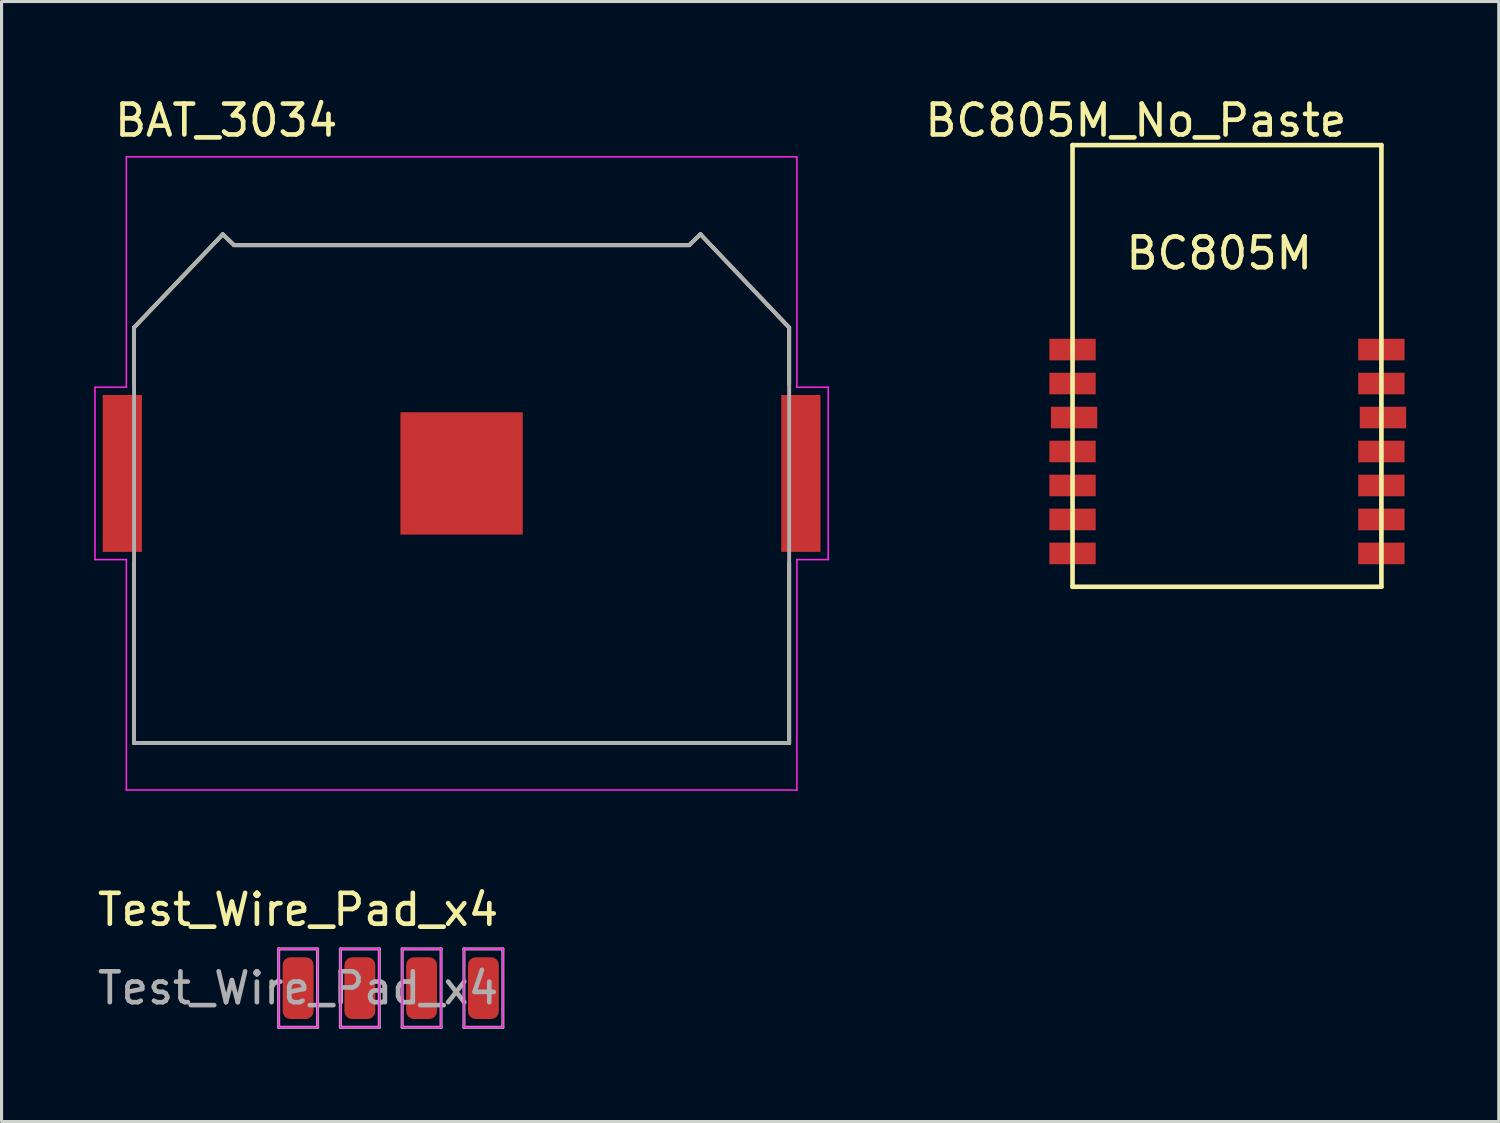
<source format=kicad_pcb>
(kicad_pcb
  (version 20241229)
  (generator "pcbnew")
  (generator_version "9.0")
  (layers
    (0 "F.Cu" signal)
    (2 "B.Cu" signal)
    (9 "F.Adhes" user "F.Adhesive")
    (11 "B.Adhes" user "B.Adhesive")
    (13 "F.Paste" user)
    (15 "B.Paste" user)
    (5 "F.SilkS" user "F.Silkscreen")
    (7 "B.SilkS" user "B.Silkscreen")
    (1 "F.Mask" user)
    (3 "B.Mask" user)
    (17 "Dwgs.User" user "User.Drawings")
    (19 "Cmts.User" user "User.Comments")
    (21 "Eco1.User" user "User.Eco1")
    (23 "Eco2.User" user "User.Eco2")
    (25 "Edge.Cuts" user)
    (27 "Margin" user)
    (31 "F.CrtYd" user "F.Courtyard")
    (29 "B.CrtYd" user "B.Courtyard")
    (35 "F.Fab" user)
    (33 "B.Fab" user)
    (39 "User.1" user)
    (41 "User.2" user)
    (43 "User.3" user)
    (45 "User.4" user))
  (footprint "BC805M_No_Paste"
    (layer "F.Cu")
    (at 31.675 15.948)
    (property "Reference" "BC805M_No_Paste" (at 2.05 -15.1 0) (layer "F.SilkS") (effects (font (size 1 1) (thickness 0.15))))
    (attr through_hole)
    (fp_line (start 0 -14.3) (end 10 -14.3) (stroke (width 0.15) (type solid)) (layer "F.SilkS"))
    (fp_line (start 0 0) (end 0 -14.3) (stroke (width 0.15) (type solid)) (layer "F.SilkS"))
    (fp_line (start 10 -14.3) (end 10 0) (stroke (width 0.15) (type solid)) (layer "F.SilkS"))
    (fp_line (start 10 0) (end 0 0) (stroke (width 0.15) (type solid)) (layer "F.SilkS"))
    (fp_text user "BC805M" (at 4.75 -10.8 0) (layer "F.SilkS") (effects (font (size 1 1) (thickness 0.15))))
    (pad "1" smd rect (at 0 -7.68) (size 1.5 0.7) (layers "F.Cu" "F.Mask" "F.Paste"))
    (pad "2" smd rect (at 0 -6.58) (size 1.5 0.7) (layers "F.Cu" "F.Mask" "F.Paste"))
    (pad "3" smd rect (at 0.05 -5.48) (size 1.5 0.7) (layers "F.Cu" "F.Mask" "F.Paste"))
    (pad "4" smd rect (at 0 -4.38) (size 1.5 0.7) (layers "F.Cu" "F.Mask" "F.Paste"))
    (pad "5" smd rect (at 0 -3.28) (size 1.5 0.7) (layers "F.Cu" "F.Mask" "F.Paste"))
    (pad "6" smd rect (at 0 -2.18) (size 1.5 0.7) (layers "F.Cu" "F.Mask" "F.Paste"))
    (pad "7" smd rect (at 0 -1.08) (size 1.5 0.7) (layers "F.Cu" "F.Mask" "F.Paste"))
    (pad "8" smd rect (at 10 -1.08) (size 1.5 0.7) (layers "F.Cu" "F.Mask" "F.Paste"))
    (pad "9" smd rect (at 10 -2.18) (size 1.5 0.7) (layers "F.Cu" "F.Mask" "F.Paste"))
    (pad "10" smd rect (at 10 -3.28) (size 1.5 0.7) (layers "F.Cu" "F.Mask" "F.Paste"))
    (pad "11" smd rect (at 10 -4.38) (size 1.5 0.7) (layers "F.Cu" "F.Mask" "F.Paste"))
    (pad "12" smd rect (at 10.05 -5.48) (size 1.5 0.7) (layers "F.Cu" "F.Mask" "F.Paste"))
    (pad "13" smd rect (at 10 -6.58) (size 1.5 0.7) (layers "F.Cu" "F.Mask" "F.Paste"))
    (pad "14" smd rect (at 10 -7.68) (size 1.5 0.7) (layers "F.Cu" "F.Mask" "F.Paste")))
  (footprint "BAT_3034"
    (layer "F.Cu")
    (at 11.895 12.278)
    (property "Reference" "BAT_3034" (at -7.62 -11.43 0) (layer "F.SilkS") (effects (font (size 1 1) (thickness 0.15))))
    (attr smd)
    (fp_line (start -10.605 -4.723) (end -10.605 -2.9) (stroke (width 0.127) (type solid)) (layer "F.SilkS"))
    (fp_line (start -10.605 8.729) (end -10.605 2.9) (stroke (width 0.127) (type solid)) (layer "F.SilkS"))
    (fp_line (start -10.605 8.729) (end 10.605 8.729) (stroke (width 0.127) (type solid)) (layer "F.SilkS"))
    (fp_line (start -7.734 -7.741) (end -10.605 -4.723) (stroke (width 0.127) (type solid)) (layer "F.SilkS"))
    (fp_line (start -7.734 -7.741) (end -7.366 -7.391) (stroke (width 0.127) (type solid)) (layer "F.SilkS"))
    (fp_line (start -7.366 -7.391) (end 7.366 -7.391) (stroke (width 0.127) (type solid)) (layer "F.SilkS"))
    (fp_line (start 7.366 -7.391) (end 7.734 -7.741) (stroke (width 0.127) (type solid)) (layer "F.SilkS"))
    (fp_line (start 7.734 -7.741) (end 10.605 -4.723) (stroke (width 0.127) (type solid)) (layer "F.SilkS"))
    (fp_line (start 10.605 -4.723) (end 10.605 -2.9) (stroke (width 0.127) (type solid)) (layer "F.SilkS"))
    (fp_line (start 10.605 8.729) (end 10.605 2.9) (stroke (width 0.127) (type solid)) (layer "F.SilkS"))
    (fp_line (start -11.87 -2.79) (end -11.87 2.79) (stroke (width 0.05) (type solid)) (layer "F.CrtYd"))
    (fp_line (start -11.87 2.79) (end -10.855 2.79) (stroke (width 0.05) (type solid)) (layer "F.CrtYd"))
    (fp_line (start -10.855 -10.25) (end -10.855 -2.79) (stroke (width 0.05) (type solid)) (layer "F.CrtYd"))
    (fp_line (start -10.855 -2.79) (end -11.87 -2.79) (stroke (width 0.05) (type solid)) (layer "F.CrtYd"))
    (fp_line (start -10.855 2.79) (end -10.855 10.25) (stroke (width 0.05) (type solid)) (layer "F.CrtYd"))
    (fp_line (start -10.855 10.25) (end 10.855 10.25) (stroke (width 0.05) (type solid)) (layer "F.CrtYd"))
    (fp_line (start 10.855 -10.25) (end -10.855 -10.25) (stroke (width 0.05) (type solid)) (layer "F.CrtYd"))
    (fp_line (start 10.855 -2.79) (end 10.855 -10.25) (stroke (width 0.05) (type solid)) (layer "F.CrtYd"))
    (fp_line (start 10.855 -2.79) (end 11.87 -2.79) (stroke (width 0.05) (type solid)) (layer "F.CrtYd"))
    (fp_line (start 10.855 10.25) (end 10.855 2.79) (stroke (width 0.05) (type solid)) (layer "F.CrtYd"))
    (fp_line (start 11.87 -2.79) (end 11.87 2.79) (stroke (width 0.05) (type solid)) (layer "F.CrtYd"))
    (fp_line (start 11.87 2.79) (end 10.855 2.79) (stroke (width 0.05) (type solid)) (layer "F.CrtYd"))
    (fp_line (start -10.605 -4.723) (end -10.605 8.729) (stroke (width 0.127) (type solid)) (layer "F.Fab"))
    (fp_line (start -10.605 8.729) (end 10.605 8.729) (stroke (width 0.127) (type solid)) (layer "F.Fab"))
    (fp_line (start -7.734 -7.741) (end -10.605 -4.723) (stroke (width 0.127) (type solid)) (layer "F.Fab"))
    (fp_line (start -7.734 -7.741) (end -7.366 -7.391) (stroke (width 0.127) (type solid)) (layer "F.Fab"))
    (fp_line (start -7.366 -7.391) (end 7.366 -7.391) (stroke (width 0.127) (type solid)) (layer "F.Fab"))
    (fp_line (start 7.366 -7.391) (end 7.734 -7.741) (stroke (width 0.127) (type solid)) (layer "F.Fab"))
    (fp_line (start 7.734 -7.741) (end 10.605 -4.723) (stroke (width 0.127) (type solid)) (layer "F.Fab"))
    (fp_line (start 10.605 -4.723) (end 10.605 8.729) (stroke (width 0.127) (type solid)) (layer "F.Fab"))
    (pad "N" smd rect (at 0 0) (size 3.96 3.96) (layers "F.Cu" "F.Mask"))
    (pad "P1" smd rect (at -10.985 0) (size 1.27 5.08) (layers "F.Cu" "F.Mask" "F.Paste"))
    (pad "P2" smd rect (at 10.985 0) (size 1.27 5.08) (layers "F.Cu" "F.Mask" "F.Paste")))
  (footprint "Test_Wire_Pad_x4"
    (layer "F.Cu")
    (at 6.601 28.942)
    (property "Reference" "Test_Wire_Pad_x4" (at 0 -2.54 0) (layer "F.SilkS") (effects (font (size 1 1) (thickness 0.15))))
    (attr exclude_from_pos_files exclude_from_bom)
    (fp_line (start -0.63 -1.27) (end -0.63 1.27) (stroke (width 0.05) (type solid)) (layer "F.CrtYd"))
    (fp_line (start -0.63 1.27) (end 0.63 1.27) (stroke (width 0.05) (type solid)) (layer "F.CrtYd"))
    (fp_line (start 0.63 -1.27) (end -0.63 -1.27) (stroke (width 0.05) (type solid)) (layer "F.CrtYd"))
    (fp_line (start 0.63 1.27) (end 0.63 -1.27) (stroke (width 0.05) (type solid)) (layer "F.CrtYd"))
    (fp_line (start 1.37 -1.27) (end 1.37 1.27) (stroke (width 0.05) (type solid)) (layer "F.CrtYd"))
    (fp_line (start 1.37 1.27) (end 2.63 1.27) (stroke (width 0.05) (type solid)) (layer "F.CrtYd"))
    (fp_line (start 2.63 -1.27) (end 1.37 -1.27) (stroke (width 0.05) (type solid)) (layer "F.CrtYd"))
    (fp_line (start 2.63 1.27) (end 2.63 -1.27) (stroke (width 0.05) (type solid)) (layer "F.CrtYd"))
    (fp_line (start 3.37 -1.27) (end 3.37 1.27) (stroke (width 0.05) (type solid)) (layer "F.CrtYd"))
    (fp_line (start 3.37 1.27) (end 4.63 1.27) (stroke (width 0.05) (type solid)) (layer "F.CrtYd"))
    (fp_line (start 4.63 -1.27) (end 3.37 -1.27) (stroke (width 0.05) (type solid)) (layer "F.CrtYd"))
    (fp_line (start 4.63 1.27) (end 4.63 -1.27) (stroke (width 0.05) (type solid)) (layer "F.CrtYd"))
    (fp_line (start 5.37 -1.27) (end 5.37 1.27) (stroke (width 0.05) (type solid)) (layer "F.CrtYd"))
    (fp_line (start 5.37 1.27) (end 6.63 1.27) (stroke (width 0.05) (type solid)) (layer "F.CrtYd"))
    (fp_line (start 6.63 -1.27) (end 5.37 -1.27) (stroke (width 0.05) (type solid)) (layer "F.CrtYd"))
    (fp_line (start 6.63 1.27) (end 6.63 -1.27) (stroke (width 0.05) (type solid)) (layer "F.CrtYd"))
    (fp_line (start -0.63 -1.27) (end 0.63 -1.27) (stroke (width 0.1) (type solid)) (layer "F.Fab"))
    (fp_line (start -0.63 1.27) (end -0.63 -1.27) (stroke (width 0.1) (type solid)) (layer "F.Fab"))
    (fp_line (start 0.63 -1.27) (end 0.63 1.27) (stroke (width 0.1) (type solid)) (layer "F.Fab"))
    (fp_line (start 0.63 1.27) (end -0.63 1.27) (stroke (width 0.1) (type solid)) (layer "F.Fab"))
    (fp_line (start 1.37 -1.27) (end 2.63 -1.27) (stroke (width 0.1) (type solid)) (layer "F.Fab"))
    (fp_line (start 1.37 1.27) (end 1.37 -1.27) (stroke (width 0.1) (type solid)) (layer "F.Fab"))
    (fp_line (start 2.63 -1.27) (end 2.63 1.27) (stroke (width 0.1) (type solid)) (layer "F.Fab"))
    (fp_line (start 2.63 1.27) (end 1.37 1.27) (stroke (width 0.1) (type solid)) (layer "F.Fab"))
    (fp_line (start 3.37 -1.27) (end 4.63 -1.27) (stroke (width 0.1) (type solid)) (layer "F.Fab"))
    (fp_line (start 3.37 1.27) (end 3.37 -1.27) (stroke (width 0.1) (type solid)) (layer "F.Fab"))
    (fp_line (start 4.63 -1.27) (end 4.63 1.27) (stroke (width 0.1) (type solid)) (layer "F.Fab"))
    (fp_line (start 4.63 1.27) (end 3.37 1.27) (stroke (width 0.1) (type solid)) (layer "F.Fab"))
    (fp_line (start 5.37 -1.27) (end 6.63 -1.27) (stroke (width 0.1) (type solid)) (layer "F.Fab"))
    (fp_line (start 5.37 1.27) (end 5.37 -1.27) (stroke (width 0.1) (type solid)) (layer "F.Fab"))
    (fp_line (start 6.63 -1.27) (end 6.63 1.27) (stroke (width 0.1) (type solid)) (layer "F.Fab"))
    (fp_line (start 6.63 1.27) (end 5.37 1.27) (stroke (width 0.1) (type solid)) (layer "F.Fab"))
    (fp_text user "${REFERENCE}" (at 0 0 0) (layer "F.Fab") (effects (font (size 1 1) (thickness 0.15))))
    (pad "1" smd roundrect (at 0 0) (size 1 2) (layers "F.Cu" "F.Mask" "F.Paste") (roundrect_rratio 0.25))
    (pad "2" smd roundrect (at 2 0) (size 1 2) (layers "F.Cu" "F.Mask" "F.Paste") (roundrect_rratio 0.25))
    (pad "3" smd roundrect (at 4 0) (size 1 2) (layers "F.Cu" "F.Mask" "F.Paste") (roundrect_rratio 0.25))
    (pad "4" smd roundrect (at 6 0) (size 1 2) (layers "F.Cu" "F.Mask" "F.Paste") (roundrect_rratio 0.25)))
  (gr_rect
    (start -3 -3)
    (end 45.475 33.261)
    (stroke (width 0.1) (type default))
    (fill no)
    (layer "Edge.Cuts")))
</source>
